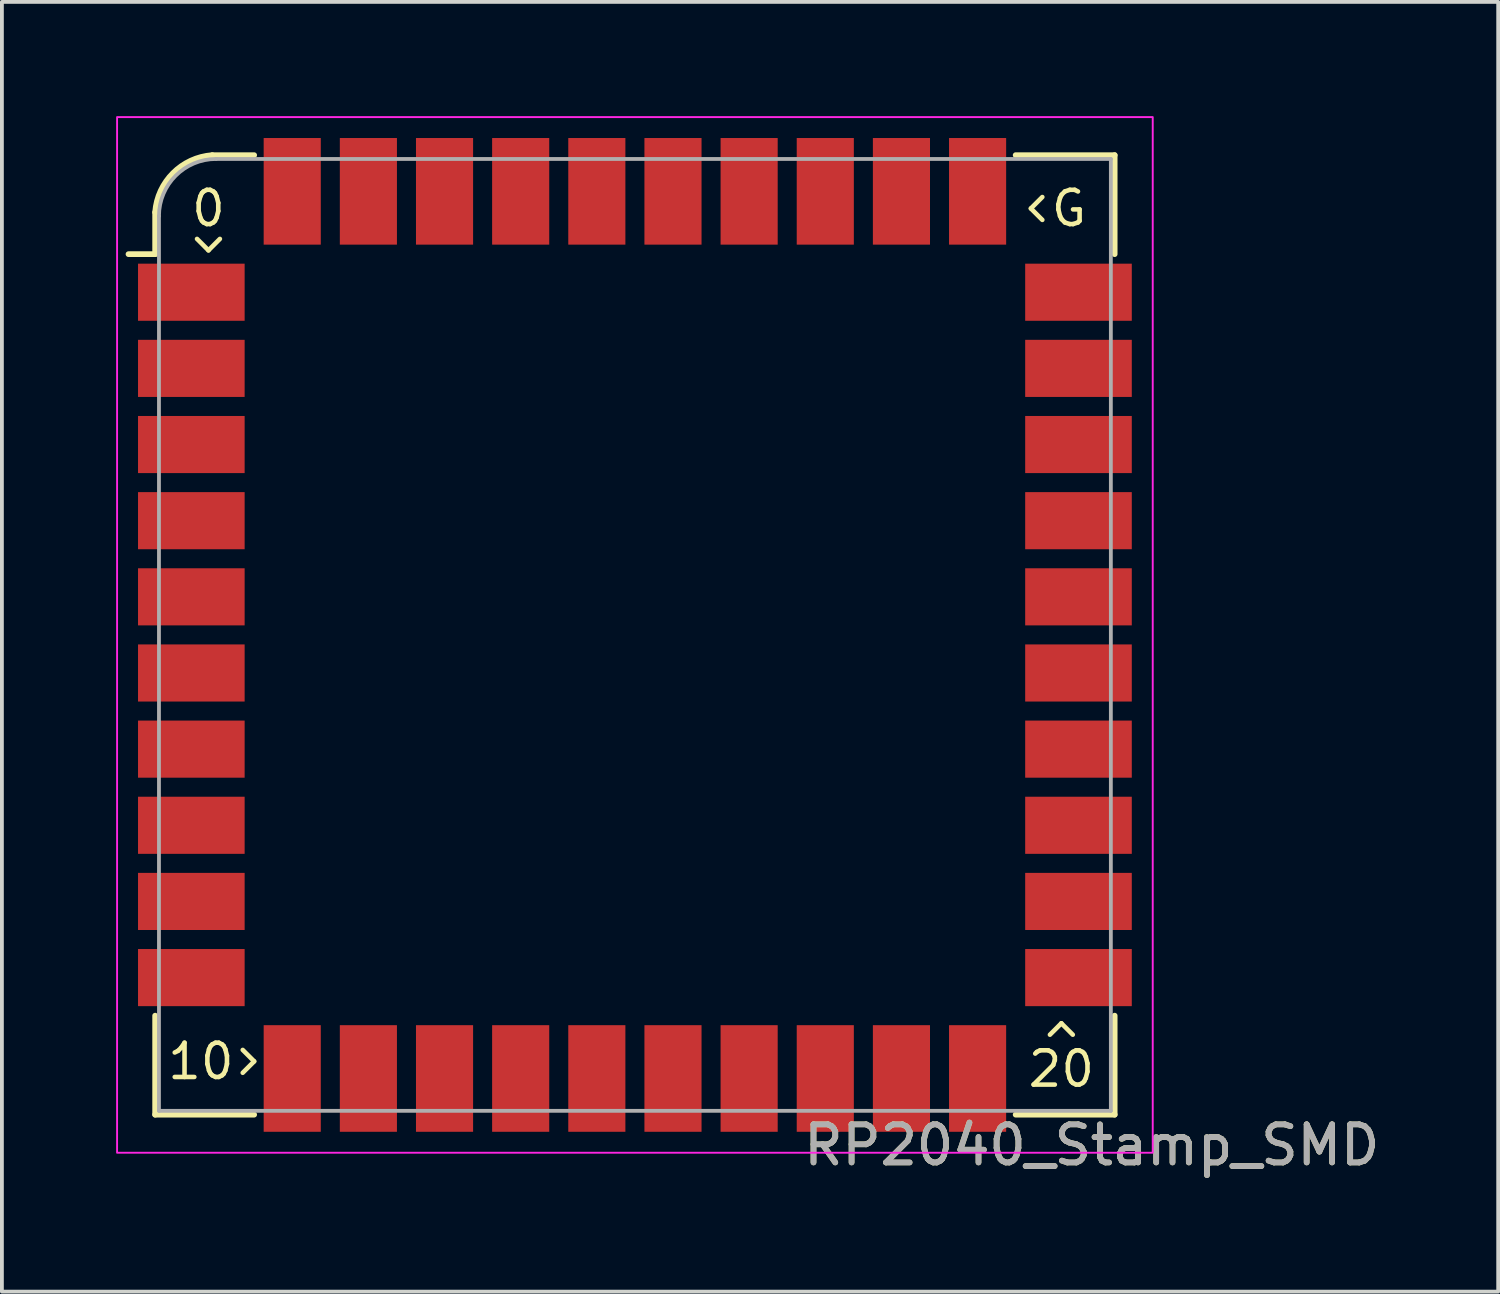
<source format=kicad_pcb>
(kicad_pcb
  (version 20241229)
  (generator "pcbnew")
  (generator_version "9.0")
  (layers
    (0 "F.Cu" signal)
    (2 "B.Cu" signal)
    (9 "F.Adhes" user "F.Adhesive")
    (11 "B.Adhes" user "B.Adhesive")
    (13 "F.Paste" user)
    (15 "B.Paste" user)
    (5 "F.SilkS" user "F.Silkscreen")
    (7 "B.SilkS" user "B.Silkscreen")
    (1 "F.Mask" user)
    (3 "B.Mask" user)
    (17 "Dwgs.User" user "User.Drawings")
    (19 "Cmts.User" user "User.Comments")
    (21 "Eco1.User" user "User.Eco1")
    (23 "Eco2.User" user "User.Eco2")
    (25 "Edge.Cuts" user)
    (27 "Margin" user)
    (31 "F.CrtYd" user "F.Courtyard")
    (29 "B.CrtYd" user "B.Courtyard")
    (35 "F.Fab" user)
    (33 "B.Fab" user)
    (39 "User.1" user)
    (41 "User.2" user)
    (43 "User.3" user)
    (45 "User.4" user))
  (footprint "RP2040_Stamp_SMD"
    (layer "F.Cu")
    (at 13.625 13.625)
    (property "Reference" "RP2040_Stamp_SMD" (at 12 13.4 0) (unlocked yes) (layer "F.SilkS") (effects (font (size 1 1) (thickness 0.15))))
    (attr through_hole)
    (fp_line (start -12.6 -10) (end -13.3 -10) (stroke (width 0.15) (type solid)) (layer "F.SilkS"))
    (fp_line (start -12.6 -10) (end -12.6 -11.1) (stroke (width 0.15) (type solid)) (layer "F.SilkS"))
    (fp_line (start -12.6 12.6) (end -12.6 10) (stroke (width 0.15) (type solid)) (layer "F.SilkS"))
    (fp_line (start -11.5 -10.4) (end -11.2 -10.1) (stroke (width 0.12) (type solid)) (layer "F.SilkS"))
    (fp_line (start -11.2 -10.1) (end -10.9 -10.4) (stroke (width 0.12) (type solid)) (layer "F.SilkS"))
    (fp_line (start -11.1 -12.6) (end -10 -12.6) (stroke (width 0.15) (type solid)) (layer "F.SilkS"))
    (fp_line (start -10.3 11.5) (end -10 11.2) (stroke (width 0.12) (type solid)) (layer "F.SilkS"))
    (fp_line (start -10 11.2) (end -10.3 10.9) (stroke (width 0.12) (type solid)) (layer "F.SilkS"))
    (fp_line (start -10 12.6) (end -12.6 12.6) (stroke (width 0.15) (type solid)) (layer "F.SilkS"))
    (fp_line (start 10 -12.6) (end 12.6 -12.6) (stroke (width 0.15) (type solid)) (layer "F.SilkS"))
    (fp_line (start 10.4 -11.2) (end 10.7 -10.9) (stroke (width 0.12) (type solid)) (layer "F.SilkS"))
    (fp_line (start 10.7 -11.5) (end 10.4 -11.2) (stroke (width 0.12) (type solid)) (layer "F.SilkS"))
    (fp_line (start 11.2 10.2) (end 10.9 10.5) (stroke (width 0.12) (type solid)) (layer "F.SilkS"))
    (fp_line (start 11.5 10.5) (end 11.2 10.2) (stroke (width 0.12) (type solid)) (layer "F.SilkS"))
    (fp_line (start 12.6 -12.6) (end 12.6 -10) (stroke (width 0.15) (type solid)) (layer "F.SilkS"))
    (fp_line (start 12.6 10) (end 12.6 12.6) (stroke (width 0.15) (type solid)) (layer "F.SilkS"))
    (fp_line (start 12.6 12.6) (end 10 12.6) (stroke (width 0.15) (type solid)) (layer "F.SilkS"))
    (fp_arc (start -12.6 -11.1) (mid -12.129432 -12.129432) (end -11.1 -12.6) (stroke (width 0.15) (type solid)) (layer "F.SilkS"))
    (fp_rect (start -13.6 -13.6) (end 13.6 13.6) (stroke (width 0.05) (type solid)) (fill no) (layer "F.CrtYd"))
    (fp_line (start -12.5 12.5) (end -12.5 -11) (stroke (width 0.1) (type solid)) (layer "F.Fab"))
    (fp_line (start -11 -12.5) (end 12.5 -12.5) (stroke (width 0.1) (type solid)) (layer "F.Fab"))
    (fp_line (start 12.5 -12.5) (end 12.5 12.5) (stroke (width 0.1) (type solid)) (layer "F.Fab"))
    (fp_line (start 12.5 12.5) (end -12.5 12.5) (stroke (width 0.1) (type solid)) (layer "F.Fab"))
    (fp_arc (start -12.500003 -11.000003) (mid -12.060661 -12.060662) (end -11 -12.5) (stroke (width 0.1) (type solid)) (layer "F.Fab"))
    (fp_text user "G" (at 11.4 -11.2 0) (unlocked yes) (layer "F.SilkS") (effects (font (size 0.9 0.9) (thickness 0.12))))
    (fp_text user "20" (at 11.2 11.4 0) (unlocked yes) (layer "F.SilkS") (effects (font (size 0.9 0.9) (thickness 0.12))))
    (fp_text user "0" (at -11.2 -11.2 0) (unlocked yes) (layer "F.SilkS") (effects (font (size 0.9 0.9) (thickness 0.12))))
    (fp_text user "10" (at -11.4 11.2 0) (unlocked yes) (layer "F.SilkS") (effects (font (size 0.9 0.9) (thickness 0.12))))
    (fp_text user "${REFERENCE}" (at 12 13.4 0) (unlocked yes) (layer "F.Fab") (effects (font (size 1 1) (thickness 0.15))))
    (pad "1" smd rect (at -11.65 -9) (size 2.8 1.5) (layers "F.Cu" "F.Mask" "F.Paste"))
    (pad "2" smd rect (at -11.65 -7) (size 2.8 1.5) (layers "F.Cu" "F.Mask" "F.Paste"))
    (pad "3" smd rect (at -11.65 -5) (size 2.8 1.5) (layers "F.Cu" "F.Mask" "F.Paste"))
    (pad "4" smd rect (at -11.65 -3) (size 2.8 1.5) (layers "F.Cu" "F.Mask" "F.Paste"))
    (pad "5" smd rect (at -11.65 -1) (size 2.8 1.5) (layers "F.Cu" "F.Mask" "F.Paste"))
    (pad "6" smd rect (at -11.65 1) (size 2.8 1.5) (layers "F.Cu" "F.Mask" "F.Paste"))
    (pad "7" smd rect (at -11.65 3) (size 2.8 1.5) (layers "F.Cu" "F.Mask" "F.Paste"))
    (pad "8" smd rect (at -11.65 5) (size 2.8 1.5) (layers "F.Cu" "F.Mask" "F.Paste"))
    (pad "9" smd rect (at -11.65 7) (size 2.8 1.5) (layers "F.Cu" "F.Mask" "F.Paste"))
    (pad "10" smd rect (at -11.65 9) (size 2.8 1.5) (layers "F.Cu" "F.Mask" "F.Paste"))
    (pad "11" smd rect (at -9 11.65 270) (size 2.8 1.5) (layers "F.Cu" "F.Mask" "F.Paste"))
    (pad "12" smd rect (at -7 11.65 270) (size 2.8 1.5) (layers "F.Cu" "F.Mask" "F.Paste"))
    (pad "13" smd rect (at -5 11.65 270) (size 2.8 1.5) (layers "F.Cu" "F.Mask" "F.Paste"))
    (pad "14" smd rect (at -3 11.65 270) (size 2.8 1.5) (layers "F.Cu" "F.Mask" "F.Paste"))
    (pad "15" smd rect (at -1 11.65 270) (size 2.8 1.5) (layers "F.Cu" "F.Mask" "F.Paste"))
    (pad "16" smd rect (at 1 11.65 270) (size 2.8 1.5) (layers "F.Cu" "F.Mask" "F.Paste"))
    (pad "17" smd rect (at 3 11.65 270) (size 2.8 1.5) (layers "F.Cu" "F.Mask" "F.Paste"))
    (pad "18" smd rect (at 5 11.65 270) (size 2.8 1.5) (layers "F.Cu" "F.Mask" "F.Paste"))
    (pad "19" smd rect (at 7 11.65 270) (size 2.8 1.5) (layers "F.Cu" "F.Mask" "F.Paste"))
    (pad "20" smd rect (at 9 11.65 270) (size 2.8 1.5) (layers "F.Cu" "F.Mask" "F.Paste"))
    (pad "21" smd rect (at 11.65 9) (size 2.8 1.5) (layers "F.Cu" "F.Mask" "F.Paste"))
    (pad "22" smd rect (at 11.65 7) (size 2.8 1.5) (layers "F.Cu" "F.Mask" "F.Paste"))
    (pad "23" smd rect (at 11.65 5) (size 2.8 1.5) (layers "F.Cu" "F.Mask" "F.Paste"))
    (pad "24" smd rect (at 11.65 3) (size 2.8 1.5) (layers "F.Cu" "F.Mask" "F.Paste"))
    (pad "25" smd rect (at 11.65 1) (size 2.8 1.5) (layers "F.Cu" "F.Mask" "F.Paste"))
    (pad "26" smd rect (at 11.65 -1) (size 2.8 1.5) (layers "F.Cu" "F.Mask" "F.Paste"))
    (pad "27" smd rect (at 11.65 -3) (size 2.8 1.5) (layers "F.Cu" "F.Mask" "F.Paste"))
    (pad "28" smd rect (at 11.65 -5) (size 2.8 1.5) (layers "F.Cu" "F.Mask" "F.Paste"))
    (pad "29" smd rect (at 11.65 -7) (size 2.8 1.5) (layers "F.Cu" "F.Mask" "F.Paste"))
    (pad "30" smd rect (at 11.65 -9) (size 2.8 1.5) (layers "F.Cu" "F.Mask" "F.Paste"))
    (pad "31" smd rect (at 9 -11.65 270) (size 2.8 1.5) (layers "F.Cu" "F.Mask" "F.Paste"))
    (pad "32" smd rect (at 7 -11.65 270) (size 2.8 1.5) (layers "F.Cu" "F.Mask" "F.Paste"))
    (pad "33" smd rect (at 5 -11.65 270) (size 2.8 1.5) (layers "F.Cu" "F.Mask" "F.Paste"))
    (pad "34" smd rect (at 3 -11.65 270) (size 2.8 1.5) (layers "F.Cu" "F.Mask" "F.Paste"))
    (pad "35" smd rect (at 1 -11.65 270) (size 2.8 1.5) (layers "F.Cu" "F.Mask" "F.Paste"))
    (pad "36" smd rect (at -1 -11.65 270) (size 2.8 1.5) (layers "F.Cu" "F.Mask" "F.Paste"))
    (pad "37" smd rect (at -3 -11.65 270) (size 2.8 1.5) (layers "F.Cu" "F.Mask" "F.Paste"))
    (pad "38" smd rect (at -5 -11.65 270) (size 2.8 1.5) (layers "F.Cu" "F.Mask" "F.Paste"))
    (pad "39" smd rect (at -7 -11.65 270) (size 2.8 1.5) (layers "F.Cu" "F.Mask" "F.Paste"))
    (pad "40" smd rect (at -9 -11.65 270) (size 2.8 1.5) (layers "F.Cu" "F.Mask" "F.Paste")))
  (gr_rect
    (start -3 -3)
    (end 36.298 30.873)
    (stroke (width 0.1) (type default))
    (fill no)
    (layer "Edge.Cuts")))
</source>
